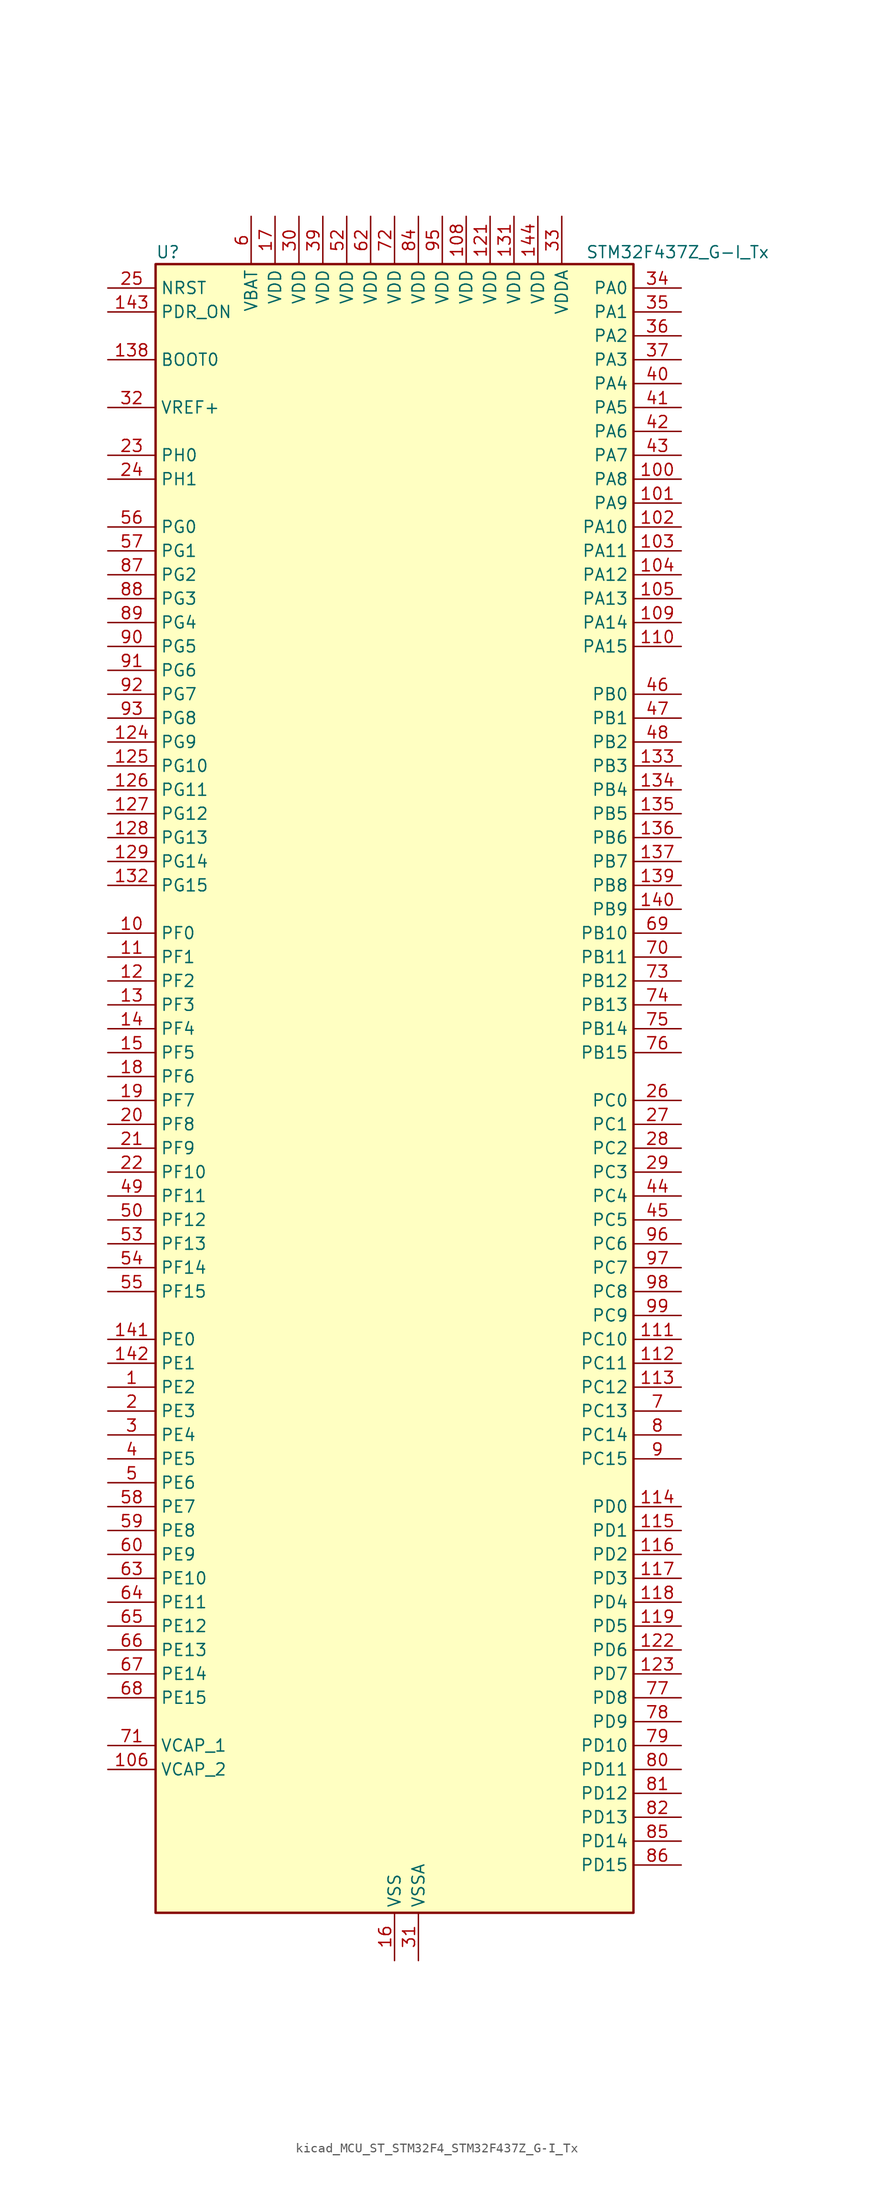
<source format=kicad_sym>
(kicad_symbol_lib
  (version 20220914)
  (generator kicad_symbol_editor)
  (symbol "kicad_MCU_ST_STM32F4_STM32F437Z_G-I_Tx"
    (property "Reference" "U"
      (at -25.4 90.17 0)
      (effects (font (size 1.27 1.27)) (justify left)))
    (property "Value" "STM32F437Z_G-I_Tx"
      (at 20.32 90.17 0)
      (effects (font (size 1.27 1.27)) (justify left)))
    (property "ki_locked" ""
      (at 0 0 0)
      (effects (font (size 1.27 1.27))))
    (symbol "kicad_MCU_ST_STM32F4_STM32F437Z_G-I_Tx_0_1"
      (rectangle (start -25.4 -86.36) (end 25.4 88.9) (stroke (width 0.254) (type default)) (fill (type background))))
    (symbol "kicad_MCU_ST_STM32F4_STM32F437Z_G-I_Tx_1_1"
      (pin bidirectional line (at -30.48 -30.48 0) (length 5.08) (name "PE2" (effects (font (size 1.27 1.27)))) (number "1" (effects (font (size 1.27 1.27)))) (alternate "ETH_TXD3" bidirectional line) (alternate "FMC_A23" bidirectional line) (alternate "SAI1_MCLK_A" bidirectional line) (alternate "SPI4_SCK" bidirectional line) (alternate "SYS_TRACECLK" bidirectional line))
      (pin bidirectional line (at -30.48 17.78 0) (length 5.08) (name "PF0" (effects (font (size 1.27 1.27)))) (number "10" (effects (font (size 1.27 1.27)))) (alternate "FMC_A0" bidirectional line) (alternate "I2C2_SDA" bidirectional line))
      (pin bidirectional line (at 30.48 66.04 180) (length 5.08) (name "PA8" (effects (font (size 1.27 1.27)))) (number "100" (effects (font (size 1.27 1.27)))) (alternate "I2C3_SCL" bidirectional line) (alternate "RCC_MCO_1" bidirectional line) (alternate "TIM1_CH1" bidirectional line) (alternate "USART1_CK" bidirectional line) (alternate "USB_OTG_FS_SOF" bidirectional line))
      (pin bidirectional line (at 30.48 63.5 180) (length 5.08) (name "PA9" (effects (font (size 1.27 1.27)))) (number "101" (effects (font (size 1.27 1.27)))) (alternate "DAC_EXTI9" bidirectional line) (alternate "DCMI_D0" bidirectional line) (alternate "I2C3_SMBA" bidirectional line) (alternate "TIM1_CH2" bidirectional line) (alternate "USART1_TX" bidirectional line) (alternate "USB_OTG_FS_VBUS" bidirectional line))
      (pin bidirectional line (at 30.48 60.96 180) (length 5.08) (name "PA10" (effects (font (size 1.27 1.27)))) (number "102" (effects (font (size 1.27 1.27)))) (alternate "DCMI_D1" bidirectional line) (alternate "TIM1_CH3" bidirectional line) (alternate "USART1_RX" bidirectional line) (alternate "USB_OTG_FS_ID" bidirectional line))
      (pin bidirectional line (at 30.48 58.42 180) (length 5.08) (name "PA11" (effects (font (size 1.27 1.27)))) (number "103" (effects (font (size 1.27 1.27)))) (alternate "ADC1_EXTI11" bidirectional line) (alternate "ADC2_EXTI11" bidirectional line) (alternate "ADC3_EXTI11" bidirectional line) (alternate "CAN1_RX" bidirectional line) (alternate "TIM1_CH4" bidirectional line) (alternate "USART1_CTS" bidirectional line) (alternate "USB_OTG_FS_DM" bidirectional line))
      (pin bidirectional line (at 30.48 55.88 180) (length 5.08) (name "PA12" (effects (font (size 1.27 1.27)))) (number "104" (effects (font (size 1.27 1.27)))) (alternate "CAN1_TX" bidirectional line) (alternate "TIM1_ETR" bidirectional line) (alternate "USART1_RTS" bidirectional line) (alternate "USB_OTG_FS_DP" bidirectional line))
      (pin bidirectional line (at 30.48 53.34 180) (length 5.08) (name "PA13" (effects (font (size 1.27 1.27)))) (number "105" (effects (font (size 1.27 1.27)))) (alternate "SYS_JTMS-SWDIO" bidirectional line))
      (pin power_out line (at -30.48 -71.12 0) (length 5.08) (name "VCAP_2" (effects (font (size 1.27 1.27)))) (number "106" (effects (font (size 1.27 1.27)))))
      (pin passive line (at 0 -91.44 90) (length 5.08) hide (name "VSS" (effects (font (size 1.27 1.27)))) (number "107" (effects (font (size 1.27 1.27)))))
      (pin power_in line (at 7.62 93.98 270) (length 5.08) (name "VDD" (effects (font (size 1.27 1.27)))) (number "108" (effects (font (size 1.27 1.27)))))
      (pin bidirectional line (at 30.48 50.8 180) (length 5.08) (name "PA14" (effects (font (size 1.27 1.27)))) (number "109" (effects (font (size 1.27 1.27)))) (alternate "SYS_JTCK-SWCLK" bidirectional line))
      (pin bidirectional line (at -30.48 15.24 0) (length 5.08) (name "PF1" (effects (font (size 1.27 1.27)))) (number "11" (effects (font (size 1.27 1.27)))) (alternate "FMC_A1" bidirectional line) (alternate "I2C2_SCL" bidirectional line))
      (pin bidirectional line (at 30.48 48.26 180) (length 5.08) (name "PA15" (effects (font (size 1.27 1.27)))) (number "110" (effects (font (size 1.27 1.27)))) (alternate "ADC1_EXTI15" bidirectional line) (alternate "ADC2_EXTI15" bidirectional line) (alternate "ADC3_EXTI15" bidirectional line) (alternate "I2S3_WS" bidirectional line) (alternate "SPI1_NSS" bidirectional line) (alternate "SPI3_NSS" bidirectional line) (alternate "SYS_JTDI" bidirectional line) (alternate "TIM2_CH1" bidirectional line) (alternate "TIM2_ETR" bidirectional line))
      (pin bidirectional line (at 30.48 -25.4 180) (length 5.08) (name "PC10" (effects (font (size 1.27 1.27)))) (number "111" (effects (font (size 1.27 1.27)))) (alternate "DCMI_D8" bidirectional line) (alternate "I2S3_CK" bidirectional line) (alternate "SDIO_D2" bidirectional line) (alternate "SPI3_SCK" bidirectional line) (alternate "UART4_TX" bidirectional line) (alternate "USART3_TX" bidirectional line))
      (pin bidirectional line (at 30.48 -27.94 180) (length 5.08) (name "PC11" (effects (font (size 1.27 1.27)))) (number "112" (effects (font (size 1.27 1.27)))) (alternate "ADC1_EXTI11" bidirectional line) (alternate "ADC2_EXTI11" bidirectional line) (alternate "ADC3_EXTI11" bidirectional line) (alternate "DCMI_D4" bidirectional line) (alternate "I2S3_ext_SD" bidirectional line) (alternate "SDIO_D3" bidirectional line) (alternate "SPI3_MISO" bidirectional line) (alternate "UART4_RX" bidirectional line) (alternate "USART3_RX" bidirectional line))
      (pin bidirectional line (at 30.48 -30.48 180) (length 5.08) (name "PC12" (effects (font (size 1.27 1.27)))) (number "113" (effects (font (size 1.27 1.27)))) (alternate "DCMI_D9" bidirectional line) (alternate "I2S3_SD" bidirectional line) (alternate "SDIO_CK" bidirectional line) (alternate "SPI3_MOSI" bidirectional line) (alternate "UART5_TX" bidirectional line) (alternate "USART3_CK" bidirectional line))
      (pin bidirectional line (at 30.48 -43.18 180) (length 5.08) (name "PD0" (effects (font (size 1.27 1.27)))) (number "114" (effects (font (size 1.27 1.27)))) (alternate "CAN1_RX" bidirectional line) (alternate "FMC_D2" bidirectional line) (alternate "FMC_DA2" bidirectional line))
      (pin bidirectional line (at 30.48 -45.72 180) (length 5.08) (name "PD1" (effects (font (size 1.27 1.27)))) (number "115" (effects (font (size 1.27 1.27)))) (alternate "CAN1_TX" bidirectional line) (alternate "FMC_D3" bidirectional line) (alternate "FMC_DA3" bidirectional line))
      (pin bidirectional line (at 30.48 -48.26 180) (length 5.08) (name "PD2" (effects (font (size 1.27 1.27)))) (number "116" (effects (font (size 1.27 1.27)))) (alternate "DCMI_D11" bidirectional line) (alternate "SDIO_CMD" bidirectional line) (alternate "TIM3_ETR" bidirectional line) (alternate "UART5_RX" bidirectional line))
      (pin bidirectional line (at 30.48 -50.8 180) (length 5.08) (name "PD3" (effects (font (size 1.27 1.27)))) (number "117" (effects (font (size 1.27 1.27)))) (alternate "DCMI_D5" bidirectional line) (alternate "FMC_CLK" bidirectional line) (alternate "I2S2_CK" bidirectional line) (alternate "SPI2_SCK" bidirectional line) (alternate "USART2_CTS" bidirectional line))
      (pin bidirectional line (at 30.48 -53.34 180) (length 5.08) (name "PD4" (effects (font (size 1.27 1.27)))) (number "118" (effects (font (size 1.27 1.27)))) (alternate "FMC_NOE" bidirectional line) (alternate "USART2_RTS" bidirectional line))
      (pin bidirectional line (at 30.48 -55.88 180) (length 5.08) (name "PD5" (effects (font (size 1.27 1.27)))) (number "119" (effects (font (size 1.27 1.27)))) (alternate "FMC_NWE" bidirectional line) (alternate "USART2_TX" bidirectional line))
      (pin bidirectional line (at -30.48 12.7 0) (length 5.08) (name "PF2" (effects (font (size 1.27 1.27)))) (number "12" (effects (font (size 1.27 1.27)))) (alternate "FMC_A2" bidirectional line) (alternate "I2C2_SMBA" bidirectional line))
      (pin passive line (at 0 -91.44 90) (length 5.08) hide (name "VSS" (effects (font (size 1.27 1.27)))) (number "120" (effects (font (size 1.27 1.27)))))
      (pin power_in line (at 10.16 93.98 270) (length 5.08) (name "VDD" (effects (font (size 1.27 1.27)))) (number "121" (effects (font (size 1.27 1.27)))))
      (pin bidirectional line (at 30.48 -58.42 180) (length 5.08) (name "PD6" (effects (font (size 1.27 1.27)))) (number "122" (effects (font (size 1.27 1.27)))) (alternate "DCMI_D10" bidirectional line) (alternate "FMC_NWAIT" bidirectional line) (alternate "I2S3_SD" bidirectional line) (alternate "SAI1_SD_A" bidirectional line) (alternate "SPI3_MOSI" bidirectional line) (alternate "USART2_RX" bidirectional line))
      (pin bidirectional line (at 30.48 -60.96 180) (length 5.08) (name "PD7" (effects (font (size 1.27 1.27)))) (number "123" (effects (font (size 1.27 1.27)))) (alternate "FMC_NCE2" bidirectional line) (alternate "FMC_NE1" bidirectional line) (alternate "USART2_CK" bidirectional line))
      (pin bidirectional line (at -30.48 38.1 0) (length 5.08) (name "PG9" (effects (font (size 1.27 1.27)))) (number "124" (effects (font (size 1.27 1.27)))) (alternate "DAC_EXTI9" bidirectional line) (alternate "DCMI_VSYNC" bidirectional line) (alternate "FMC_NCE3" bidirectional line) (alternate "FMC_NE2" bidirectional line) (alternate "USART6_RX" bidirectional line))
      (pin bidirectional line (at -30.48 35.56 0) (length 5.08) (name "PG10" (effects (font (size 1.27 1.27)))) (number "125" (effects (font (size 1.27 1.27)))) (alternate "DCMI_D2" bidirectional line) (alternate "FMC_NCE4_1" bidirectional line) (alternate "FMC_NE3" bidirectional line))
      (pin bidirectional line (at -30.48 33.02 0) (length 5.08) (name "PG11" (effects (font (size 1.27 1.27)))) (number "126" (effects (font (size 1.27 1.27)))) (alternate "ADC1_EXTI11" bidirectional line) (alternate "ADC2_EXTI11" bidirectional line) (alternate "ADC3_EXTI11" bidirectional line) (alternate "DCMI_D3" bidirectional line) (alternate "ETH_TX_EN" bidirectional line) (alternate "FMC_NCE4_2" bidirectional line))
      (pin bidirectional line (at -30.48 30.48 0) (length 5.08) (name "PG12" (effects (font (size 1.27 1.27)))) (number "127" (effects (font (size 1.27 1.27)))) (alternate "FMC_NE4" bidirectional line) (alternate "SPI6_MISO" bidirectional line) (alternate "USART6_RTS" bidirectional line))
      (pin bidirectional line (at -30.48 27.94 0) (length 5.08) (name "PG13" (effects (font (size 1.27 1.27)))) (number "128" (effects (font (size 1.27 1.27)))) (alternate "ETH_TXD0" bidirectional line) (alternate "FMC_A24" bidirectional line) (alternate "SPI6_SCK" bidirectional line) (alternate "USART6_CTS" bidirectional line))
      (pin bidirectional line (at -30.48 25.4 0) (length 5.08) (name "PG14" (effects (font (size 1.27 1.27)))) (number "129" (effects (font (size 1.27 1.27)))) (alternate "ETH_TXD1" bidirectional line) (alternate "FMC_A25" bidirectional line) (alternate "SPI6_MOSI" bidirectional line) (alternate "USART6_TX" bidirectional line))
      (pin bidirectional line (at -30.48 10.16 0) (length 5.08) (name "PF3" (effects (font (size 1.27 1.27)))) (number "13" (effects (font (size 1.27 1.27)))) (alternate "ADC3_IN9" bidirectional line) (alternate "FMC_A3" bidirectional line))
      (pin passive line (at 0 -91.44 90) (length 5.08) hide (name "VSS" (effects (font (size 1.27 1.27)))) (number "130" (effects (font (size 1.27 1.27)))))
      (pin power_in line (at 12.7 93.98 270) (length 5.08) (name "VDD" (effects (font (size 1.27 1.27)))) (number "131" (effects (font (size 1.27 1.27)))))
      (pin bidirectional line (at -30.48 22.86 0) (length 5.08) (name "PG15" (effects (font (size 1.27 1.27)))) (number "132" (effects (font (size 1.27 1.27)))) (alternate "ADC1_EXTI15" bidirectional line) (alternate "ADC2_EXTI15" bidirectional line) (alternate "ADC3_EXTI15" bidirectional line) (alternate "DCMI_D13" bidirectional line) (alternate "FMC_SDNCAS" bidirectional line) (alternate "USART6_CTS" bidirectional line))
      (pin bidirectional line (at 30.48 35.56 180) (length 5.08) (name "PB3" (effects (font (size 1.27 1.27)))) (number "133" (effects (font (size 1.27 1.27)))) (alternate "I2S3_CK" bidirectional line) (alternate "SPI1_SCK" bidirectional line) (alternate "SPI3_SCK" bidirectional line) (alternate "SYS_JTDO-SWO" bidirectional line) (alternate "TIM2_CH2" bidirectional line))
      (pin bidirectional line (at 30.48 33.02 180) (length 5.08) (name "PB4" (effects (font (size 1.27 1.27)))) (number "134" (effects (font (size 1.27 1.27)))) (alternate "I2S3_ext_SD" bidirectional line) (alternate "SPI1_MISO" bidirectional line) (alternate "SPI3_MISO" bidirectional line) (alternate "SYS_JTRST" bidirectional line) (alternate "TIM3_CH1" bidirectional line))
      (pin bidirectional line (at 30.48 30.48 180) (length 5.08) (name "PB5" (effects (font (size 1.27 1.27)))) (number "135" (effects (font (size 1.27 1.27)))) (alternate "CAN2_RX" bidirectional line) (alternate "DCMI_D10" bidirectional line) (alternate "ETH_PPS_OUT" bidirectional line) (alternate "FMC_SDCKE1" bidirectional line) (alternate "I2C1_SMBA" bidirectional line) (alternate "I2S3_SD" bidirectional line) (alternate "SPI1_MOSI" bidirectional line) (alternate "SPI3_MOSI" bidirectional line) (alternate "TIM3_CH2" bidirectional line) (alternate "USB_OTG_HS_ULPI_D7" bidirectional line))
      (pin bidirectional line (at 30.48 27.94 180) (length 5.08) (name "PB6" (effects (font (size 1.27 1.27)))) (number "136" (effects (font (size 1.27 1.27)))) (alternate "CAN2_TX" bidirectional line) (alternate "DCMI_D5" bidirectional line) (alternate "FMC_SDNE1" bidirectional line) (alternate "I2C1_SCL" bidirectional line) (alternate "TIM4_CH1" bidirectional line) (alternate "USART1_TX" bidirectional line))
      (pin bidirectional line (at 30.48 25.4 180) (length 5.08) (name "PB7" (effects (font (size 1.27 1.27)))) (number "137" (effects (font (size 1.27 1.27)))) (alternate "DCMI_VSYNC" bidirectional line) (alternate "FMC_NL" bidirectional line) (alternate "I2C1_SDA" bidirectional line) (alternate "TIM4_CH2" bidirectional line) (alternate "USART1_RX" bidirectional line))
      (pin input line (at -30.48 78.74 0) (length 5.08) (name "BOOT0" (effects (font (size 1.27 1.27)))) (number "138" (effects (font (size 1.27 1.27)))))
      (pin bidirectional line (at 30.48 22.86 180) (length 5.08) (name "PB8" (effects (font (size 1.27 1.27)))) (number "139" (effects (font (size 1.27 1.27)))) (alternate "CAN1_RX" bidirectional line) (alternate "DCMI_D6" bidirectional line) (alternate "ETH_TXD3" bidirectional line) (alternate "I2C1_SCL" bidirectional line) (alternate "SDIO_D4" bidirectional line) (alternate "TIM10_CH1" bidirectional line) (alternate "TIM4_CH3" bidirectional line))
      (pin bidirectional line (at -30.48 7.62 0) (length 5.08) (name "PF4" (effects (font (size 1.27 1.27)))) (number "14" (effects (font (size 1.27 1.27)))) (alternate "ADC3_IN14" bidirectional line) (alternate "FMC_A4" bidirectional line))
      (pin bidirectional line (at 30.48 20.32 180) (length 5.08) (name "PB9" (effects (font (size 1.27 1.27)))) (number "140" (effects (font (size 1.27 1.27)))) (alternate "CAN1_TX" bidirectional line) (alternate "DAC_EXTI9" bidirectional line) (alternate "DCMI_D7" bidirectional line) (alternate "I2C1_SDA" bidirectional line) (alternate "I2S2_WS" bidirectional line) (alternate "SDIO_D5" bidirectional line) (alternate "SPI2_NSS" bidirectional line) (alternate "TIM11_CH1" bidirectional line) (alternate "TIM4_CH4" bidirectional line))
      (pin bidirectional line (at -30.48 -25.4 0) (length 5.08) (name "PE0" (effects (font (size 1.27 1.27)))) (number "141" (effects (font (size 1.27 1.27)))) (alternate "DCMI_D2" bidirectional line) (alternate "FMC_NBL0" bidirectional line) (alternate "TIM4_ETR" bidirectional line) (alternate "UART8_RX" bidirectional line))
      (pin bidirectional line (at -30.48 -27.94 0) (length 5.08) (name "PE1" (effects (font (size 1.27 1.27)))) (number "142" (effects (font (size 1.27 1.27)))) (alternate "DCMI_D3" bidirectional line) (alternate "FMC_NBL1" bidirectional line) (alternate "UART8_TX" bidirectional line))
      (pin input line (at -30.48 83.82 0) (length 5.08) (name "PDR_ON" (effects (font (size 1.27 1.27)))) (number "143" (effects (font (size 1.27 1.27)))))
      (pin power_in line (at 15.24 93.98 270) (length 5.08) (name "VDD" (effects (font (size 1.27 1.27)))) (number "144" (effects (font (size 1.27 1.27)))))
      (pin bidirectional line (at -30.48 5.08 0) (length 5.08) (name "PF5" (effects (font (size 1.27 1.27)))) (number "15" (effects (font (size 1.27 1.27)))) (alternate "ADC3_IN15" bidirectional line) (alternate "FMC_A5" bidirectional line))
      (pin power_in line (at 0 -91.44 90) (length 5.08) (name "VSS" (effects (font (size 1.27 1.27)))) (number "16" (effects (font (size 1.27 1.27)))))
      (pin power_in line (at -12.7 93.98 270) (length 5.08) (name "VDD" (effects (font (size 1.27 1.27)))) (number "17" (effects (font (size 1.27 1.27)))))
      (pin bidirectional line (at -30.48 2.54 0) (length 5.08) (name "PF6" (effects (font (size 1.27 1.27)))) (number "18" (effects (font (size 1.27 1.27)))) (alternate "ADC3_IN4" bidirectional line) (alternate "FMC_NIORD" bidirectional line) (alternate "SAI1_SD_B" bidirectional line) (alternate "SPI5_NSS" bidirectional line) (alternate "TIM10_CH1" bidirectional line) (alternate "UART7_RX" bidirectional line))
      (pin bidirectional line (at -30.48 0 0) (length 5.08) (name "PF7" (effects (font (size 1.27 1.27)))) (number "19" (effects (font (size 1.27 1.27)))) (alternate "ADC3_IN5" bidirectional line) (alternate "FMC_NREG" bidirectional line) (alternate "SAI1_MCLK_B" bidirectional line) (alternate "SPI5_SCK" bidirectional line) (alternate "TIM11_CH1" bidirectional line) (alternate "UART7_TX" bidirectional line))
      (pin bidirectional line (at -30.48 -33.02 0) (length 5.08) (name "PE3" (effects (font (size 1.27 1.27)))) (number "2" (effects (font (size 1.27 1.27)))) (alternate "FMC_A19" bidirectional line) (alternate "SAI1_SD_B" bidirectional line) (alternate "SYS_TRACED0" bidirectional line))
      (pin bidirectional line (at -30.48 -2.54 0) (length 5.08) (name "PF8" (effects (font (size 1.27 1.27)))) (number "20" (effects (font (size 1.27 1.27)))) (alternate "ADC3_IN6" bidirectional line) (alternate "FMC_NIOWR" bidirectional line) (alternate "SAI1_SCK_B" bidirectional line) (alternate "SPI5_MISO" bidirectional line) (alternate "TIM13_CH1" bidirectional line))
      (pin bidirectional line (at -30.48 -5.08 0) (length 5.08) (name "PF9" (effects (font (size 1.27 1.27)))) (number "21" (effects (font (size 1.27 1.27)))) (alternate "ADC3_IN7" bidirectional line) (alternate "DAC_EXTI9" bidirectional line) (alternate "FMC_CD" bidirectional line) (alternate "SAI1_FS_B" bidirectional line) (alternate "SPI5_MOSI" bidirectional line) (alternate "TIM14_CH1" bidirectional line))
      (pin bidirectional line (at -30.48 -7.62 0) (length 5.08) (name "PF10" (effects (font (size 1.27 1.27)))) (number "22" (effects (font (size 1.27 1.27)))) (alternate "ADC3_IN8" bidirectional line) (alternate "DCMI_D11" bidirectional line) (alternate "FMC_INTR" bidirectional line))
      (pin bidirectional line (at -30.48 68.58 0) (length 5.08) (name "PH0" (effects (font (size 1.27 1.27)))) (number "23" (effects (font (size 1.27 1.27)))) (alternate "RCC_OSC_IN" bidirectional line))
      (pin bidirectional line (at -30.48 66.04 0) (length 5.08) (name "PH1" (effects (font (size 1.27 1.27)))) (number "24" (effects (font (size 1.27 1.27)))) (alternate "RCC_OSC_OUT" bidirectional line))
      (pin input line (at -30.48 86.36 0) (length 5.08) (name "NRST" (effects (font (size 1.27 1.27)))) (number "25" (effects (font (size 1.27 1.27)))))
      (pin bidirectional line (at 30.48 0 180) (length 5.08) (name "PC0" (effects (font (size 1.27 1.27)))) (number "26" (effects (font (size 1.27 1.27)))) (alternate "ADC1_IN10" bidirectional line) (alternate "ADC2_IN10" bidirectional line) (alternate "ADC3_IN10" bidirectional line) (alternate "FMC_SDNWE" bidirectional line) (alternate "USB_OTG_HS_ULPI_STP" bidirectional line))
      (pin bidirectional line (at 30.48 -2.54 180) (length 5.08) (name "PC1" (effects (font (size 1.27 1.27)))) (number "27" (effects (font (size 1.27 1.27)))) (alternate "ADC1_IN11" bidirectional line) (alternate "ADC2_IN11" bidirectional line) (alternate "ADC3_IN11" bidirectional line) (alternate "ETH_MDC" bidirectional line))
      (pin bidirectional line (at 30.48 -5.08 180) (length 5.08) (name "PC2" (effects (font (size 1.27 1.27)))) (number "28" (effects (font (size 1.27 1.27)))) (alternate "ADC1_IN12" bidirectional line) (alternate "ADC2_IN12" bidirectional line) (alternate "ADC3_IN12" bidirectional line) (alternate "ETH_TXD2" bidirectional line) (alternate "FMC_SDNE0" bidirectional line) (alternate "I2S2_ext_SD" bidirectional line) (alternate "SPI2_MISO" bidirectional line) (alternate "USB_OTG_HS_ULPI_DIR" bidirectional line))
      (pin bidirectional line (at 30.48 -7.62 180) (length 5.08) (name "PC3" (effects (font (size 1.27 1.27)))) (number "29" (effects (font (size 1.27 1.27)))) (alternate "ADC1_IN13" bidirectional line) (alternate "ADC2_IN13" bidirectional line) (alternate "ADC3_IN13" bidirectional line) (alternate "ETH_TX_CLK" bidirectional line) (alternate "FMC_SDCKE0" bidirectional line) (alternate "I2S2_SD" bidirectional line) (alternate "SPI2_MOSI" bidirectional line) (alternate "USB_OTG_HS_ULPI_NXT" bidirectional line))
      (pin bidirectional line (at -30.48 -35.56 0) (length 5.08) (name "PE4" (effects (font (size 1.27 1.27)))) (number "3" (effects (font (size 1.27 1.27)))) (alternate "DCMI_D4" bidirectional line) (alternate "FMC_A20" bidirectional line) (alternate "SAI1_FS_A" bidirectional line) (alternate "SPI4_NSS" bidirectional line) (alternate "SYS_TRACED1" bidirectional line))
      (pin power_in line (at -10.16 93.98 270) (length 5.08) (name "VDD" (effects (font (size 1.27 1.27)))) (number "30" (effects (font (size 1.27 1.27)))))
      (pin power_in line (at 2.54 -91.44 90) (length 5.08) (name "VSSA" (effects (font (size 1.27 1.27)))) (number "31" (effects (font (size 1.27 1.27)))))
      (pin input line (at -30.48 73.66 0) (length 5.08) (name "VREF+" (effects (font (size 1.27 1.27)))) (number "32" (effects (font (size 1.27 1.27)))))
      (pin power_in line (at 17.78 93.98 270) (length 5.08) (name "VDDA" (effects (font (size 1.27 1.27)))) (number "33" (effects (font (size 1.27 1.27)))))
      (pin bidirectional line (at 30.48 86.36 180) (length 5.08) (name "PA0" (effects (font (size 1.27 1.27)))) (number "34" (effects (font (size 1.27 1.27)))) (alternate "ADC1_IN0" bidirectional line) (alternate "ADC2_IN0" bidirectional line) (alternate "ADC3_IN0" bidirectional line) (alternate "ETH_CRS" bidirectional line) (alternate "SYS_WKUP" bidirectional line) (alternate "TIM2_CH1" bidirectional line) (alternate "TIM2_ETR" bidirectional line) (alternate "TIM5_CH1" bidirectional line) (alternate "TIM8_ETR" bidirectional line) (alternate "UART4_TX" bidirectional line) (alternate "USART2_CTS" bidirectional line))
      (pin bidirectional line (at 30.48 83.82 180) (length 5.08) (name "PA1" (effects (font (size 1.27 1.27)))) (number "35" (effects (font (size 1.27 1.27)))) (alternate "ADC1_IN1" bidirectional line) (alternate "ADC2_IN1" bidirectional line) (alternate "ADC3_IN1" bidirectional line) (alternate "ETH_REF_CLK" bidirectional line) (alternate "ETH_RX_CLK" bidirectional line) (alternate "TIM2_CH2" bidirectional line) (alternate "TIM5_CH2" bidirectional line) (alternate "UART4_RX" bidirectional line) (alternate "USART2_RTS" bidirectional line))
      (pin bidirectional line (at 30.48 81.28 180) (length 5.08) (name "PA2" (effects (font (size 1.27 1.27)))) (number "36" (effects (font (size 1.27 1.27)))) (alternate "ADC1_IN2" bidirectional line) (alternate "ADC2_IN2" bidirectional line) (alternate "ADC3_IN2" bidirectional line) (alternate "ETH_MDIO" bidirectional line) (alternate "TIM2_CH3" bidirectional line) (alternate "TIM5_CH3" bidirectional line) (alternate "TIM9_CH1" bidirectional line) (alternate "USART2_TX" bidirectional line))
      (pin bidirectional line (at 30.48 78.74 180) (length 5.08) (name "PA3" (effects (font (size 1.27 1.27)))) (number "37" (effects (font (size 1.27 1.27)))) (alternate "ADC1_IN3" bidirectional line) (alternate "ADC2_IN3" bidirectional line) (alternate "ADC3_IN3" bidirectional line) (alternate "ETH_COL" bidirectional line) (alternate "TIM2_CH4" bidirectional line) (alternate "TIM5_CH4" bidirectional line) (alternate "TIM9_CH2" bidirectional line) (alternate "USART2_RX" bidirectional line) (alternate "USB_OTG_HS_ULPI_D0" bidirectional line))
      (pin passive line (at 0 -91.44 90) (length 5.08) hide (name "VSS" (effects (font (size 1.27 1.27)))) (number "38" (effects (font (size 1.27 1.27)))))
      (pin power_in line (at -7.62 93.98 270) (length 5.08) (name "VDD" (effects (font (size 1.27 1.27)))) (number "39" (effects (font (size 1.27 1.27)))))
      (pin bidirectional line (at -30.48 -38.1 0) (length 5.08) (name "PE5" (effects (font (size 1.27 1.27)))) (number "4" (effects (font (size 1.27 1.27)))) (alternate "DCMI_D6" bidirectional line) (alternate "FMC_A21" bidirectional line) (alternate "SAI1_SCK_A" bidirectional line) (alternate "SPI4_MISO" bidirectional line) (alternate "SYS_TRACED2" bidirectional line) (alternate "TIM9_CH1" bidirectional line))
      (pin bidirectional line (at 30.48 76.2 180) (length 5.08) (name "PA4" (effects (font (size 1.27 1.27)))) (number "40" (effects (font (size 1.27 1.27)))) (alternate "ADC1_IN4" bidirectional line) (alternate "ADC2_IN4" bidirectional line) (alternate "DAC_OUT1" bidirectional line) (alternate "DCMI_HSYNC" bidirectional line) (alternate "I2S3_WS" bidirectional line) (alternate "SPI1_NSS" bidirectional line) (alternate "SPI3_NSS" bidirectional line) (alternate "USART2_CK" bidirectional line) (alternate "USB_OTG_HS_SOF" bidirectional line))
      (pin bidirectional line (at 30.48 73.66 180) (length 5.08) (name "PA5" (effects (font (size 1.27 1.27)))) (number "41" (effects (font (size 1.27 1.27)))) (alternate "ADC1_IN5" bidirectional line) (alternate "ADC2_IN5" bidirectional line) (alternate "DAC_OUT2" bidirectional line) (alternate "SPI1_SCK" bidirectional line) (alternate "TIM2_CH1" bidirectional line) (alternate "TIM2_ETR" bidirectional line) (alternate "TIM8_CH1N" bidirectional line) (alternate "USB_OTG_HS_ULPI_CK" bidirectional line))
      (pin bidirectional line (at 30.48 71.12 180) (length 5.08) (name "PA6" (effects (font (size 1.27 1.27)))) (number "42" (effects (font (size 1.27 1.27)))) (alternate "ADC1_IN6" bidirectional line) (alternate "ADC2_IN6" bidirectional line) (alternate "DCMI_PIXCLK" bidirectional line) (alternate "SPI1_MISO" bidirectional line) (alternate "TIM13_CH1" bidirectional line) (alternate "TIM1_BKIN" bidirectional line) (alternate "TIM3_CH1" bidirectional line) (alternate "TIM8_BKIN" bidirectional line))
      (pin bidirectional line (at 30.48 68.58 180) (length 5.08) (name "PA7" (effects (font (size 1.27 1.27)))) (number "43" (effects (font (size 1.27 1.27)))) (alternate "ADC1_IN7" bidirectional line) (alternate "ADC2_IN7" bidirectional line) (alternate "ETH_CRS_DV" bidirectional line) (alternate "ETH_RX_DV" bidirectional line) (alternate "SPI1_MOSI" bidirectional line) (alternate "TIM14_CH1" bidirectional line) (alternate "TIM1_CH1N" bidirectional line) (alternate "TIM3_CH2" bidirectional line) (alternate "TIM8_CH1N" bidirectional line))
      (pin bidirectional line (at 30.48 -10.16 180) (length 5.08) (name "PC4" (effects (font (size 1.27 1.27)))) (number "44" (effects (font (size 1.27 1.27)))) (alternate "ADC1_IN14" bidirectional line) (alternate "ADC2_IN14" bidirectional line) (alternate "ETH_RXD0" bidirectional line))
      (pin bidirectional line (at 30.48 -12.7 180) (length 5.08) (name "PC5" (effects (font (size 1.27 1.27)))) (number "45" (effects (font (size 1.27 1.27)))) (alternate "ADC1_IN15" bidirectional line) (alternate "ADC2_IN15" bidirectional line) (alternate "ETH_RXD1" bidirectional line))
      (pin bidirectional line (at 30.48 43.18 180) (length 5.08) (name "PB0" (effects (font (size 1.27 1.27)))) (number "46" (effects (font (size 1.27 1.27)))) (alternate "ADC1_IN8" bidirectional line) (alternate "ADC2_IN8" bidirectional line) (alternate "ETH_RXD2" bidirectional line) (alternate "TIM1_CH2N" bidirectional line) (alternate "TIM3_CH3" bidirectional line) (alternate "TIM8_CH2N" bidirectional line) (alternate "USB_OTG_HS_ULPI_D1" bidirectional line))
      (pin bidirectional line (at 30.48 40.64 180) (length 5.08) (name "PB1" (effects (font (size 1.27 1.27)))) (number "47" (effects (font (size 1.27 1.27)))) (alternate "ADC1_IN9" bidirectional line) (alternate "ADC2_IN9" bidirectional line) (alternate "ETH_RXD3" bidirectional line) (alternate "TIM1_CH3N" bidirectional line) (alternate "TIM3_CH4" bidirectional line) (alternate "TIM8_CH3N" bidirectional line) (alternate "USB_OTG_HS_ULPI_D2" bidirectional line))
      (pin bidirectional line (at 30.48 38.1 180) (length 5.08) (name "PB2" (effects (font (size 1.27 1.27)))) (number "48" (effects (font (size 1.27 1.27)))))
      (pin bidirectional line (at -30.48 -10.16 0) (length 5.08) (name "PF11" (effects (font (size 1.27 1.27)))) (number "49" (effects (font (size 1.27 1.27)))) (alternate "ADC1_EXTI11" bidirectional line) (alternate "ADC2_EXTI11" bidirectional line) (alternate "ADC3_EXTI11" bidirectional line) (alternate "DCMI_D12" bidirectional line) (alternate "FMC_SDNRAS" bidirectional line) (alternate "SPI5_MOSI" bidirectional line))
      (pin bidirectional line (at -30.48 -40.64 0) (length 5.08) (name "PE6" (effects (font (size 1.27 1.27)))) (number "5" (effects (font (size 1.27 1.27)))) (alternate "DCMI_D7" bidirectional line) (alternate "FMC_A22" bidirectional line) (alternate "SAI1_SD_A" bidirectional line) (alternate "SPI4_MOSI" bidirectional line) (alternate "SYS_TRACED3" bidirectional line) (alternate "TIM9_CH2" bidirectional line))
      (pin bidirectional line (at -30.48 -12.7 0) (length 5.08) (name "PF12" (effects (font (size 1.27 1.27)))) (number "50" (effects (font (size 1.27 1.27)))) (alternate "FMC_A6" bidirectional line))
      (pin passive line (at 0 -91.44 90) (length 5.08) hide (name "VSS" (effects (font (size 1.27 1.27)))) (number "51" (effects (font (size 1.27 1.27)))))
      (pin power_in line (at -5.08 93.98 270) (length 5.08) (name "VDD" (effects (font (size 1.27 1.27)))) (number "52" (effects (font (size 1.27 1.27)))))
      (pin bidirectional line (at -30.48 -15.24 0) (length 5.08) (name "PF13" (effects (font (size 1.27 1.27)))) (number "53" (effects (font (size 1.27 1.27)))) (alternate "FMC_A7" bidirectional line))
      (pin bidirectional line (at -30.48 -17.78 0) (length 5.08) (name "PF14" (effects (font (size 1.27 1.27)))) (number "54" (effects (font (size 1.27 1.27)))) (alternate "FMC_A8" bidirectional line))
      (pin bidirectional line (at -30.48 -20.32 0) (length 5.08) (name "PF15" (effects (font (size 1.27 1.27)))) (number "55" (effects (font (size 1.27 1.27)))) (alternate "ADC1_EXTI15" bidirectional line) (alternate "ADC2_EXTI15" bidirectional line) (alternate "ADC3_EXTI15" bidirectional line) (alternate "FMC_A9" bidirectional line))
      (pin bidirectional line (at -30.48 60.96 0) (length 5.08) (name "PG0" (effects (font (size 1.27 1.27)))) (number "56" (effects (font (size 1.27 1.27)))) (alternate "FMC_A10" bidirectional line))
      (pin bidirectional line (at -30.48 58.42 0) (length 5.08) (name "PG1" (effects (font (size 1.27 1.27)))) (number "57" (effects (font (size 1.27 1.27)))) (alternate "FMC_A11" bidirectional line))
      (pin bidirectional line (at -30.48 -43.18 0) (length 5.08) (name "PE7" (effects (font (size 1.27 1.27)))) (number "58" (effects (font (size 1.27 1.27)))) (alternate "FMC_D4" bidirectional line) (alternate "FMC_DA4" bidirectional line) (alternate "TIM1_ETR" bidirectional line) (alternate "UART7_RX" bidirectional line))
      (pin bidirectional line (at -30.48 -45.72 0) (length 5.08) (name "PE8" (effects (font (size 1.27 1.27)))) (number "59" (effects (font (size 1.27 1.27)))) (alternate "FMC_D5" bidirectional line) (alternate "FMC_DA5" bidirectional line) (alternate "TIM1_CH1N" bidirectional line) (alternate "UART7_TX" bidirectional line))
      (pin power_in line (at -15.24 93.98 270) (length 5.08) (name "VBAT" (effects (font (size 1.27 1.27)))) (number "6" (effects (font (size 1.27 1.27)))))
      (pin bidirectional line (at -30.48 -48.26 0) (length 5.08) (name "PE9" (effects (font (size 1.27 1.27)))) (number "60" (effects (font (size 1.27 1.27)))) (alternate "DAC_EXTI9" bidirectional line) (alternate "FMC_D6" bidirectional line) (alternate "FMC_DA6" bidirectional line) (alternate "TIM1_CH1" bidirectional line))
      (pin passive line (at 0 -91.44 90) (length 5.08) hide (name "VSS" (effects (font (size 1.27 1.27)))) (number "61" (effects (font (size 1.27 1.27)))))
      (pin power_in line (at -2.54 93.98 270) (length 5.08) (name "VDD" (effects (font (size 1.27 1.27)))) (number "62" (effects (font (size 1.27 1.27)))))
      (pin bidirectional line (at -30.48 -50.8 0) (length 5.08) (name "PE10" (effects (font (size 1.27 1.27)))) (number "63" (effects (font (size 1.27 1.27)))) (alternate "FMC_D7" bidirectional line) (alternate "FMC_DA7" bidirectional line) (alternate "TIM1_CH2N" bidirectional line))
      (pin bidirectional line (at -30.48 -53.34 0) (length 5.08) (name "PE11" (effects (font (size 1.27 1.27)))) (number "64" (effects (font (size 1.27 1.27)))) (alternate "ADC1_EXTI11" bidirectional line) (alternate "ADC2_EXTI11" bidirectional line) (alternate "ADC3_EXTI11" bidirectional line) (alternate "FMC_D8" bidirectional line) (alternate "FMC_DA8" bidirectional line) (alternate "SPI4_NSS" bidirectional line) (alternate "TIM1_CH2" bidirectional line))
      (pin bidirectional line (at -30.48 -55.88 0) (length 5.08) (name "PE12" (effects (font (size 1.27 1.27)))) (number "65" (effects (font (size 1.27 1.27)))) (alternate "FMC_D9" bidirectional line) (alternate "FMC_DA9" bidirectional line) (alternate "SPI4_SCK" bidirectional line) (alternate "TIM1_CH3N" bidirectional line))
      (pin bidirectional line (at -30.48 -58.42 0) (length 5.08) (name "PE13" (effects (font (size 1.27 1.27)))) (number "66" (effects (font (size 1.27 1.27)))) (alternate "FMC_D10" bidirectional line) (alternate "FMC_DA10" bidirectional line) (alternate "SPI4_MISO" bidirectional line) (alternate "TIM1_CH3" bidirectional line))
      (pin bidirectional line (at -30.48 -60.96 0) (length 5.08) (name "PE14" (effects (font (size 1.27 1.27)))) (number "67" (effects (font (size 1.27 1.27)))) (alternate "FMC_D11" bidirectional line) (alternate "FMC_DA11" bidirectional line) (alternate "SPI4_MOSI" bidirectional line) (alternate "TIM1_CH4" bidirectional line))
      (pin bidirectional line (at -30.48 -63.5 0) (length 5.08) (name "PE15" (effects (font (size 1.27 1.27)))) (number "68" (effects (font (size 1.27 1.27)))) (alternate "ADC1_EXTI15" bidirectional line) (alternate "ADC2_EXTI15" bidirectional line) (alternate "ADC3_EXTI15" bidirectional line) (alternate "FMC_D12" bidirectional line) (alternate "FMC_DA12" bidirectional line) (alternate "TIM1_BKIN" bidirectional line))
      (pin bidirectional line (at 30.48 17.78 180) (length 5.08) (name "PB10" (effects (font (size 1.27 1.27)))) (number "69" (effects (font (size 1.27 1.27)))) (alternate "ETH_RX_ER" bidirectional line) (alternate "I2C2_SCL" bidirectional line) (alternate "I2S2_CK" bidirectional line) (alternate "SPI2_SCK" bidirectional line) (alternate "TIM2_CH3" bidirectional line) (alternate "USART3_TX" bidirectional line) (alternate "USB_OTG_HS_ULPI_D3" bidirectional line))
      (pin bidirectional line (at 30.48 -33.02 180) (length 5.08) (name "PC13" (effects (font (size 1.27 1.27)))) (number "7" (effects (font (size 1.27 1.27)))) (alternate "RTC_AF1" bidirectional line))
      (pin bidirectional line (at 30.48 15.24 180) (length 5.08) (name "PB11" (effects (font (size 1.27 1.27)))) (number "70" (effects (font (size 1.27 1.27)))) (alternate "ADC1_EXTI11" bidirectional line) (alternate "ADC2_EXTI11" bidirectional line) (alternate "ADC3_EXTI11" bidirectional line) (alternate "ETH_TX_EN" bidirectional line) (alternate "I2C2_SDA" bidirectional line) (alternate "TIM2_CH4" bidirectional line) (alternate "USART3_RX" bidirectional line) (alternate "USB_OTG_HS_ULPI_D4" bidirectional line))
      (pin power_out line (at -30.48 -68.58 0) (length 5.08) (name "VCAP_1" (effects (font (size 1.27 1.27)))) (number "71" (effects (font (size 1.27 1.27)))))
      (pin power_in line (at 0 93.98 270) (length 5.08) (name "VDD" (effects (font (size 1.27 1.27)))) (number "72" (effects (font (size 1.27 1.27)))))
      (pin bidirectional line (at 30.48 12.7 180) (length 5.08) (name "PB12" (effects (font (size 1.27 1.27)))) (number "73" (effects (font (size 1.27 1.27)))) (alternate "CAN2_RX" bidirectional line) (alternate "ETH_TXD0" bidirectional line) (alternate "I2C2_SMBA" bidirectional line) (alternate "I2S2_WS" bidirectional line) (alternate "SPI2_NSS" bidirectional line) (alternate "TIM1_BKIN" bidirectional line) (alternate "USART3_CK" bidirectional line) (alternate "USB_OTG_HS_ID" bidirectional line) (alternate "USB_OTG_HS_ULPI_D5" bidirectional line))
      (pin bidirectional line (at 30.48 10.16 180) (length 5.08) (name "PB13" (effects (font (size 1.27 1.27)))) (number "74" (effects (font (size 1.27 1.27)))) (alternate "CAN2_TX" bidirectional line) (alternate "ETH_TXD1" bidirectional line) (alternate "I2S2_CK" bidirectional line) (alternate "SPI2_SCK" bidirectional line) (alternate "TIM1_CH1N" bidirectional line) (alternate "USART3_CTS" bidirectional line) (alternate "USB_OTG_HS_ULPI_D6" bidirectional line) (alternate "USB_OTG_HS_VBUS" bidirectional line))
      (pin bidirectional line (at 30.48 7.62 180) (length 5.08) (name "PB14" (effects (font (size 1.27 1.27)))) (number "75" (effects (font (size 1.27 1.27)))) (alternate "I2S2_ext_SD" bidirectional line) (alternate "SPI2_MISO" bidirectional line) (alternate "TIM12_CH1" bidirectional line) (alternate "TIM1_CH2N" bidirectional line) (alternate "TIM8_CH2N" bidirectional line) (alternate "USART3_RTS" bidirectional line) (alternate "USB_OTG_HS_DM" bidirectional line))
      (pin bidirectional line (at 30.48 5.08 180) (length 5.08) (name "PB15" (effects (font (size 1.27 1.27)))) (number "76" (effects (font (size 1.27 1.27)))) (alternate "ADC1_EXTI15" bidirectional line) (alternate "ADC2_EXTI15" bidirectional line) (alternate "ADC3_EXTI15" bidirectional line) (alternate "I2S2_SD" bidirectional line) (alternate "RTC_REFIN" bidirectional line) (alternate "SPI2_MOSI" bidirectional line) (alternate "TIM12_CH2" bidirectional line) (alternate "TIM1_CH3N" bidirectional line) (alternate "TIM8_CH3N" bidirectional line) (alternate "USB_OTG_HS_DP" bidirectional line))
      (pin bidirectional line (at 30.48 -63.5 180) (length 5.08) (name "PD8" (effects (font (size 1.27 1.27)))) (number "77" (effects (font (size 1.27 1.27)))) (alternate "FMC_D13" bidirectional line) (alternate "FMC_DA13" bidirectional line) (alternate "USART3_TX" bidirectional line))
      (pin bidirectional line (at 30.48 -66.04 180) (length 5.08) (name "PD9" (effects (font (size 1.27 1.27)))) (number "78" (effects (font (size 1.27 1.27)))) (alternate "DAC_EXTI9" bidirectional line) (alternate "FMC_D14" bidirectional line) (alternate "FMC_DA14" bidirectional line) (alternate "USART3_RX" bidirectional line))
      (pin bidirectional line (at 30.48 -68.58 180) (length 5.08) (name "PD10" (effects (font (size 1.27 1.27)))) (number "79" (effects (font (size 1.27 1.27)))) (alternate "FMC_D15" bidirectional line) (alternate "FMC_DA15" bidirectional line) (alternate "USART3_CK" bidirectional line))
      (pin bidirectional line (at 30.48 -35.56 180) (length 5.08) (name "PC14" (effects (font (size 1.27 1.27)))) (number "8" (effects (font (size 1.27 1.27)))) (alternate "RCC_OSC32_IN" bidirectional line))
      (pin bidirectional line (at 30.48 -71.12 180) (length 5.08) (name "PD11" (effects (font (size 1.27 1.27)))) (number "80" (effects (font (size 1.27 1.27)))) (alternate "ADC1_EXTI11" bidirectional line) (alternate "ADC2_EXTI11" bidirectional line) (alternate "ADC3_EXTI11" bidirectional line) (alternate "FMC_A16" bidirectional line) (alternate "FMC_CLE" bidirectional line) (alternate "USART3_CTS" bidirectional line))
      (pin bidirectional line (at 30.48 -73.66 180) (length 5.08) (name "PD12" (effects (font (size 1.27 1.27)))) (number "81" (effects (font (size 1.27 1.27)))) (alternate "FMC_A17" bidirectional line) (alternate "FMC_ALE" bidirectional line) (alternate "TIM4_CH1" bidirectional line) (alternate "USART3_RTS" bidirectional line))
      (pin bidirectional line (at 30.48 -76.2 180) (length 5.08) (name "PD13" (effects (font (size 1.27 1.27)))) (number "82" (effects (font (size 1.27 1.27)))) (alternate "FMC_A18" bidirectional line) (alternate "TIM4_CH2" bidirectional line))
      (pin passive line (at 0 -91.44 90) (length 5.08) hide (name "VSS" (effects (font (size 1.27 1.27)))) (number "83" (effects (font (size 1.27 1.27)))))
      (pin power_in line (at 2.54 93.98 270) (length 5.08) (name "VDD" (effects (font (size 1.27 1.27)))) (number "84" (effects (font (size 1.27 1.27)))))
      (pin bidirectional line (at 30.48 -78.74 180) (length 5.08) (name "PD14" (effects (font (size 1.27 1.27)))) (number "85" (effects (font (size 1.27 1.27)))) (alternate "FMC_D0" bidirectional line) (alternate "FMC_DA0" bidirectional line) (alternate "TIM4_CH3" bidirectional line))
      (pin bidirectional line (at 30.48 -81.28 180) (length 5.08) (name "PD15" (effects (font (size 1.27 1.27)))) (number "86" (effects (font (size 1.27 1.27)))) (alternate "ADC1_EXTI15" bidirectional line) (alternate "ADC2_EXTI15" bidirectional line) (alternate "ADC3_EXTI15" bidirectional line) (alternate "FMC_D1" bidirectional line) (alternate "FMC_DA1" bidirectional line) (alternate "TIM4_CH4" bidirectional line))
      (pin bidirectional line (at -30.48 55.88 0) (length 5.08) (name "PG2" (effects (font (size 1.27 1.27)))) (number "87" (effects (font (size 1.27 1.27)))) (alternate "FMC_A12" bidirectional line))
      (pin bidirectional line (at -30.48 53.34 0) (length 5.08) (name "PG3" (effects (font (size 1.27 1.27)))) (number "88" (effects (font (size 1.27 1.27)))) (alternate "FMC_A13" bidirectional line))
      (pin bidirectional line (at -30.48 50.8 0) (length 5.08) (name "PG4" (effects (font (size 1.27 1.27)))) (number "89" (effects (font (size 1.27 1.27)))) (alternate "FMC_A14" bidirectional line) (alternate "FMC_BA0" bidirectional line))
      (pin bidirectional line (at 30.48 -38.1 180) (length 5.08) (name "PC15" (effects (font (size 1.27 1.27)))) (number "9" (effects (font (size 1.27 1.27)))) (alternate "ADC1_EXTI15" bidirectional line) (alternate "ADC2_EXTI15" bidirectional line) (alternate "ADC3_EXTI15" bidirectional line) (alternate "RCC_OSC32_OUT" bidirectional line))
      (pin bidirectional line (at -30.48 48.26 0) (length 5.08) (name "PG5" (effects (font (size 1.27 1.27)))) (number "90" (effects (font (size 1.27 1.27)))) (alternate "FMC_A15" bidirectional line) (alternate "FMC_BA1" bidirectional line))
      (pin bidirectional line (at -30.48 45.72 0) (length 5.08) (name "PG6" (effects (font (size 1.27 1.27)))) (number "91" (effects (font (size 1.27 1.27)))) (alternate "DCMI_D12" bidirectional line) (alternate "FMC_INT2" bidirectional line))
      (pin bidirectional line (at -30.48 43.18 0) (length 5.08) (name "PG7" (effects (font (size 1.27 1.27)))) (number "92" (effects (font (size 1.27 1.27)))) (alternate "DCMI_D13" bidirectional line) (alternate "FMC_INT3" bidirectional line) (alternate "USART6_CK" bidirectional line))
      (pin bidirectional line (at -30.48 40.64 0) (length 5.08) (name "PG8" (effects (font (size 1.27 1.27)))) (number "93" (effects (font (size 1.27 1.27)))) (alternate "ETH_PPS_OUT" bidirectional line) (alternate "FMC_SDCLK" bidirectional line) (alternate "SPI6_NSS" bidirectional line) (alternate "USART6_RTS" bidirectional line))
      (pin passive line (at 0 -91.44 90) (length 5.08) hide (name "VSS" (effects (font (size 1.27 1.27)))) (number "94" (effects (font (size 1.27 1.27)))))
      (pin power_in line (at 5.08 93.98 270) (length 5.08) (name "VDD" (effects (font (size 1.27 1.27)))) (number "95" (effects (font (size 1.27 1.27)))))
      (pin bidirectional line (at 30.48 -15.24 180) (length 5.08) (name "PC6" (effects (font (size 1.27 1.27)))) (number "96" (effects (font (size 1.27 1.27)))) (alternate "DCMI_D0" bidirectional line) (alternate "I2S2_MCK" bidirectional line) (alternate "SDIO_D6" bidirectional line) (alternate "TIM3_CH1" bidirectional line) (alternate "TIM8_CH1" bidirectional line) (alternate "USART6_TX" bidirectional line))
      (pin bidirectional line (at 30.48 -17.78 180) (length 5.08) (name "PC7" (effects (font (size 1.27 1.27)))) (number "97" (effects (font (size 1.27 1.27)))) (alternate "DCMI_D1" bidirectional line) (alternate "I2S3_MCK" bidirectional line) (alternate "SDIO_D7" bidirectional line) (alternate "TIM3_CH2" bidirectional line) (alternate "TIM8_CH2" bidirectional line) (alternate "USART6_RX" bidirectional line))
      (pin bidirectional line (at 30.48 -20.32 180) (length 5.08) (name "PC8" (effects (font (size 1.27 1.27)))) (number "98" (effects (font (size 1.27 1.27)))) (alternate "DCMI_D2" bidirectional line) (alternate "SDIO_D0" bidirectional line) (alternate "TIM3_CH3" bidirectional line) (alternate "TIM8_CH3" bidirectional line) (alternate "USART6_CK" bidirectional line))
      (pin bidirectional line (at 30.48 -22.86 180) (length 5.08) (name "PC9" (effects (font (size 1.27 1.27)))) (number "99" (effects (font (size 1.27 1.27)))) (alternate "DAC_EXTI9" bidirectional line) (alternate "DCMI_D3" bidirectional line) (alternate "I2C3_SDA" bidirectional line) (alternate "I2S_CKIN" bidirectional line) (alternate "RCC_MCO_2" bidirectional line) (alternate "SDIO_D1" bidirectional line) (alternate "TIM3_CH4" bidirectional line) (alternate "TIM8_CH4" bidirectional line)))))
</source>
